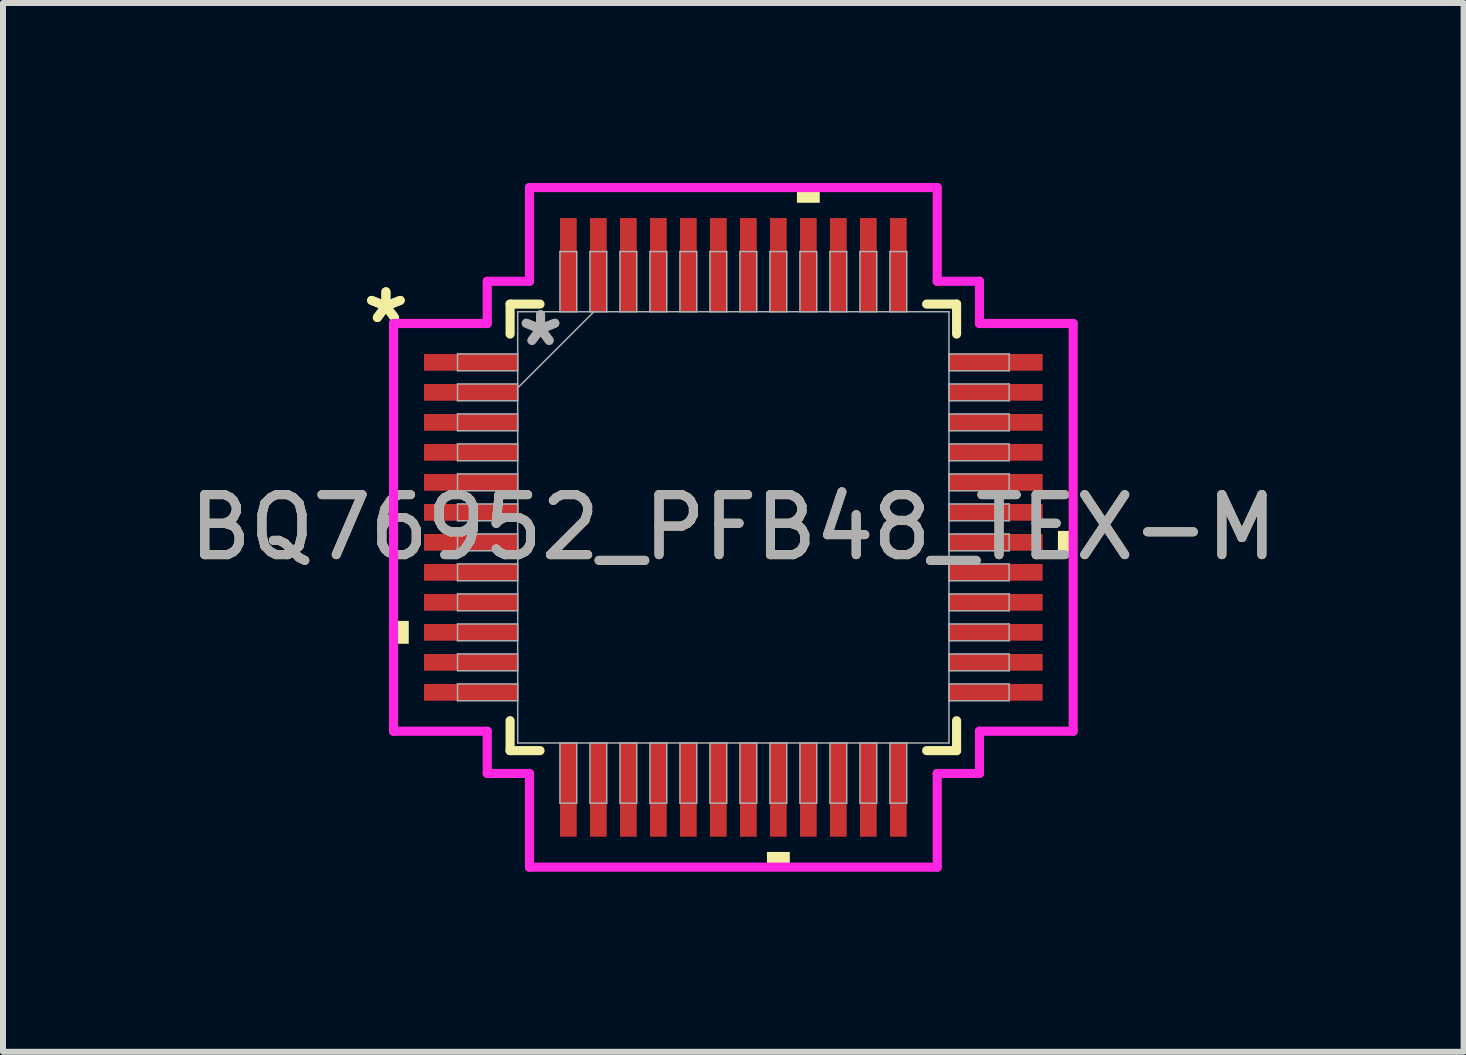
<source format=kicad_pcb>
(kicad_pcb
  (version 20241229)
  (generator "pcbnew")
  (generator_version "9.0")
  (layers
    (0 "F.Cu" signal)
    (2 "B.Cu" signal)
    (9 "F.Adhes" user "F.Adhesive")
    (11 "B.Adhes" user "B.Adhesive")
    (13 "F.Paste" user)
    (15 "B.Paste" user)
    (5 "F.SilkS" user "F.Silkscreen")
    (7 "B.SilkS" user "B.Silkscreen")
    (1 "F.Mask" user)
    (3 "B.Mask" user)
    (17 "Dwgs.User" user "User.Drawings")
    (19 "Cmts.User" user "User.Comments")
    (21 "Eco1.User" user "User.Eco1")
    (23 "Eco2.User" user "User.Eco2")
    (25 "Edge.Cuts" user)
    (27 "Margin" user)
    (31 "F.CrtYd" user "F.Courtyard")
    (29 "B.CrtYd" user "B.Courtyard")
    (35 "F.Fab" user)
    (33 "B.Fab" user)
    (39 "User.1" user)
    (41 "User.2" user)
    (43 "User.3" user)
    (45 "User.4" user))
  (footprint "BQ76952_PFB48_TEX-M"
    (layer "F.Cu")
    (at 9.173 5.74)
    (property "Reference" "BQ76952_PFB48_TEX-M" (at 0 0 0) (unlocked yes) (layer "F.SilkS") (effects (font (size 1 1) (thickness 0.15))))
    (attr smd)
    (fp_line (start -3.721 -3.721) (end -3.721 -3.222) (stroke (width 0.152) (type solid)) (layer "F.SilkS"))
    (fp_line (start -3.721 3.222) (end -3.721 3.721) (stroke (width 0.152) (type solid)) (layer "F.SilkS"))
    (fp_line (start -3.721 3.721) (end -3.222 3.721) (stroke (width 0.152) (type solid)) (layer "F.SilkS"))
    (fp_line (start -3.222 -3.721) (end -3.721 -3.721) (stroke (width 0.152) (type solid)) (layer "F.SilkS"))
    (fp_line (start 3.222 3.721) (end 3.721 3.721) (stroke (width 0.152) (type solid)) (layer "F.SilkS"))
    (fp_line (start 3.721 -3.721) (end 3.222 -3.721) (stroke (width 0.152) (type solid)) (layer "F.SilkS"))
    (fp_line (start 3.721 -3.222) (end 3.721 -3.721) (stroke (width 0.152) (type solid)) (layer "F.SilkS"))
    (fp_line (start 3.721 3.721) (end 3.721 3.222) (stroke (width 0.152) (type solid)) (layer "F.SilkS"))
    (fp_poly (pts (xy -5.664 1.559) (xy -5.664 1.94) (xy -5.41 1.94) (xy -5.41 1.559)) (stroke (width 0) (type solid)) (fill yes) (layer "F.SilkS"))
    (fp_poly (pts (xy 0.56 5.41) (xy 0.56 5.664) (xy 0.941 5.664) (xy 0.941 5.41)) (stroke (width 0) (type solid)) (fill yes) (layer "F.SilkS"))
    (fp_poly (pts (xy 1.06 -5.41) (xy 1.06 -5.664) (xy 1.44 -5.664) (xy 1.44 -5.41)) (stroke (width 0) (type solid)) (fill yes) (layer "F.SilkS"))
    (fp_poly (pts (xy 5.664 0.059) (xy 5.664 0.441) (xy 5.41 0.441) (xy 5.41 0.059)) (stroke (width 0) (type solid)) (fill yes) (layer "F.SilkS"))
    (fp_line (start -5.664 -3.398) (end -4.102 -3.398) (stroke (width 0.152) (type solid)) (layer "F.CrtYd"))
    (fp_line (start -5.664 3.398) (end -5.664 -3.398) (stroke (width 0.152) (type solid)) (layer "F.CrtYd"))
    (fp_line (start -4.102 -4.102) (end -3.398 -4.102) (stroke (width 0.152) (type solid)) (layer "F.CrtYd"))
    (fp_line (start -4.102 -3.398) (end -4.102 -4.102) (stroke (width 0.152) (type solid)) (layer "F.CrtYd"))
    (fp_line (start -4.102 3.398) (end -5.664 3.398) (stroke (width 0.152) (type solid)) (layer "F.CrtYd"))
    (fp_line (start -4.102 4.102) (end -4.102 3.398) (stroke (width 0.152) (type solid)) (layer "F.CrtYd"))
    (fp_line (start -4.102 4.102) (end -3.398 4.102) (stroke (width 0.152) (type solid)) (layer "F.CrtYd"))
    (fp_line (start -3.398 -5.664) (end 3.398 -5.664) (stroke (width 0.152) (type solid)) (layer "F.CrtYd"))
    (fp_line (start -3.398 -4.102) (end -3.398 -5.664) (stroke (width 0.152) (type solid)) (layer "F.CrtYd"))
    (fp_line (start -3.398 4.102) (end -3.398 5.664) (stroke (width 0.152) (type solid)) (layer "F.CrtYd"))
    (fp_line (start -3.398 5.664) (end 3.398 5.664) (stroke (width 0.152) (type solid)) (layer "F.CrtYd"))
    (fp_line (start 3.398 -5.664) (end 3.398 -4.102) (stroke (width 0.152) (type solid)) (layer "F.CrtYd"))
    (fp_line (start 3.398 -4.102) (end 4.102 -4.102) (stroke (width 0.152) (type solid)) (layer "F.CrtYd"))
    (fp_line (start 3.398 4.102) (end 4.102 4.102) (stroke (width 0.152) (type solid)) (layer "F.CrtYd"))
    (fp_line (start 3.398 5.664) (end 3.398 4.102) (stroke (width 0.152) (type solid)) (layer "F.CrtYd"))
    (fp_line (start 4.102 -3.398) (end 4.102 -4.102) (stroke (width 0.152) (type solid)) (layer "F.CrtYd"))
    (fp_line (start 4.102 3.398) (end 5.664 3.398) (stroke (width 0.152) (type solid)) (layer "F.CrtYd"))
    (fp_line (start 4.102 4.102) (end 4.102 3.398) (stroke (width 0.152) (type solid)) (layer "F.CrtYd"))
    (fp_line (start 5.664 -3.398) (end 4.102 -3.398) (stroke (width 0.152) (type solid)) (layer "F.CrtYd"))
    (fp_line (start 5.664 3.398) (end 5.664 -3.398) (stroke (width 0.152) (type solid)) (layer "F.CrtYd"))
    (fp_line (start -4.597 -2.89) (end -4.597 -2.61) (stroke (width 0.025) (type solid)) (layer "F.Fab"))
    (fp_line (start -4.597 -2.61) (end -3.594 -2.61) (stroke (width 0.025) (type solid)) (layer "F.Fab"))
    (fp_line (start -4.597 -2.39) (end -4.597 -2.11) (stroke (width 0.025) (type solid)) (layer "F.Fab"))
    (fp_line (start -4.597 -2.11) (end -3.594 -2.11) (stroke (width 0.025) (type solid)) (layer "F.Fab"))
    (fp_line (start -4.597 -1.89) (end -4.597 -1.61) (stroke (width 0.025) (type solid)) (layer "F.Fab"))
    (fp_line (start -4.597 -1.61) (end -3.594 -1.61) (stroke (width 0.025) (type solid)) (layer "F.Fab"))
    (fp_line (start -4.597 -1.39) (end -4.597 -1.11) (stroke (width 0.025) (type solid)) (layer "F.Fab"))
    (fp_line (start -4.597 -1.11) (end -3.594 -1.11) (stroke (width 0.025) (type solid)) (layer "F.Fab"))
    (fp_line (start -4.597 -0.89) (end -4.597 -0.61) (stroke (width 0.025) (type solid)) (layer "F.Fab"))
    (fp_line (start -4.597 -0.61) (end -3.594 -0.61) (stroke (width 0.025) (type solid)) (layer "F.Fab"))
    (fp_line (start -4.597 -0.39) (end -4.597 -0.11) (stroke (width 0.025) (type solid)) (layer "F.Fab"))
    (fp_line (start -4.597 -0.11) (end -3.594 -0.11) (stroke (width 0.025) (type solid)) (layer "F.Fab"))
    (fp_line (start -4.597 0.11) (end -4.597 0.39) (stroke (width 0.025) (type solid)) (layer "F.Fab"))
    (fp_line (start -4.597 0.39) (end -3.594 0.39) (stroke (width 0.025) (type solid)) (layer "F.Fab"))
    (fp_line (start -4.597 0.61) (end -4.597 0.89) (stroke (width 0.025) (type solid)) (layer "F.Fab"))
    (fp_line (start -4.597 0.89) (end -3.594 0.89) (stroke (width 0.025) (type solid)) (layer "F.Fab"))
    (fp_line (start -4.597 1.11) (end -4.597 1.39) (stroke (width 0.025) (type solid)) (layer "F.Fab"))
    (fp_line (start -4.597 1.39) (end -3.594 1.39) (stroke (width 0.025) (type solid)) (layer "F.Fab"))
    (fp_line (start -4.597 1.61) (end -4.597 1.89) (stroke (width 0.025) (type solid)) (layer "F.Fab"))
    (fp_line (start -4.597 1.89) (end -3.594 1.89) (stroke (width 0.025) (type solid)) (layer "F.Fab"))
    (fp_line (start -4.597 2.11) (end -4.597 2.39) (stroke (width 0.025) (type solid)) (layer "F.Fab"))
    (fp_line (start -4.597 2.39) (end -3.594 2.39) (stroke (width 0.025) (type solid)) (layer "F.Fab"))
    (fp_line (start -4.597 2.61) (end -4.597 2.89) (stroke (width 0.025) (type solid)) (layer "F.Fab"))
    (fp_line (start -4.597 2.89) (end -3.594 2.89) (stroke (width 0.025) (type solid)) (layer "F.Fab"))
    (fp_line (start -3.594 -3.594) (end -3.594 3.594) (stroke (width 0.025) (type solid)) (layer "F.Fab"))
    (fp_line (start -3.594 -2.89) (end -4.597 -2.89) (stroke (width 0.025) (type solid)) (layer "F.Fab"))
    (fp_line (start -3.594 -2.61) (end -3.594 -2.89) (stroke (width 0.025) (type solid)) (layer "F.Fab"))
    (fp_line (start -3.594 -2.39) (end -4.597 -2.39) (stroke (width 0.025) (type solid)) (layer "F.Fab"))
    (fp_line (start -3.594 -2.324) (end -2.324 -3.594) (stroke (width 0.025) (type solid)) (layer "F.Fab"))
    (fp_line (start -3.594 -2.11) (end -3.594 -2.39) (stroke (width 0.025) (type solid)) (layer "F.Fab"))
    (fp_line (start -3.594 -1.89) (end -4.597 -1.89) (stroke (width 0.025) (type solid)) (layer "F.Fab"))
    (fp_line (start -3.594 -1.61) (end -3.594 -1.89) (stroke (width 0.025) (type solid)) (layer "F.Fab"))
    (fp_line (start -3.594 -1.39) (end -4.597 -1.39) (stroke (width 0.025) (type solid)) (layer "F.Fab"))
    (fp_line (start -3.594 -1.11) (end -3.594 -1.39) (stroke (width 0.025) (type solid)) (layer "F.Fab"))
    (fp_line (start -3.594 -0.89) (end -4.597 -0.89) (stroke (width 0.025) (type solid)) (layer "F.Fab"))
    (fp_line (start -3.594 -0.61) (end -3.594 -0.89) (stroke (width 0.025) (type solid)) (layer "F.Fab"))
    (fp_line (start -3.594 -0.39) (end -4.597 -0.39) (stroke (width 0.025) (type solid)) (layer "F.Fab"))
    (fp_line (start -3.594 -0.11) (end -3.594 -0.39) (stroke (width 0.025) (type solid)) (layer "F.Fab"))
    (fp_line (start -3.594 0.11) (end -4.597 0.11) (stroke (width 0.025) (type solid)) (layer "F.Fab"))
    (fp_line (start -3.594 0.39) (end -3.594 0.11) (stroke (width 0.025) (type solid)) (layer "F.Fab"))
    (fp_line (start -3.594 0.61) (end -4.597 0.61) (stroke (width 0.025) (type solid)) (layer "F.Fab"))
    (fp_line (start -3.594 0.89) (end -3.594 0.61) (stroke (width 0.025) (type solid)) (layer "F.Fab"))
    (fp_line (start -3.594 1.11) (end -4.597 1.11) (stroke (width 0.025) (type solid)) (layer "F.Fab"))
    (fp_line (start -3.594 1.39) (end -3.594 1.11) (stroke (width 0.025) (type solid)) (layer "F.Fab"))
    (fp_line (start -3.594 1.61) (end -4.597 1.61) (stroke (width 0.025) (type solid)) (layer "F.Fab"))
    (fp_line (start -3.594 1.89) (end -3.594 1.61) (stroke (width 0.025) (type solid)) (layer "F.Fab"))
    (fp_line (start -3.594 2.11) (end -4.597 2.11) (stroke (width 0.025) (type solid)) (layer "F.Fab"))
    (fp_line (start -3.594 2.39) (end -3.594 2.11) (stroke (width 0.025) (type solid)) (layer "F.Fab"))
    (fp_line (start -3.594 2.61) (end -4.597 2.61) (stroke (width 0.025) (type solid)) (layer "F.Fab"))
    (fp_line (start -3.594 2.89) (end -3.594 2.61) (stroke (width 0.025) (type solid)) (layer "F.Fab"))
    (fp_line (start -3.594 3.594) (end 3.594 3.594) (stroke (width 0.025) (type solid)) (layer "F.Fab"))
    (fp_line (start -2.89 -4.597) (end -2.89 -3.594) (stroke (width 0.025) (type solid)) (layer "F.Fab"))
    (fp_line (start -2.89 -3.594) (end -2.61 -3.594) (stroke (width 0.025) (type solid)) (layer "F.Fab"))
    (fp_line (start -2.89 3.594) (end -2.89 4.597) (stroke (width 0.025) (type solid)) (layer "F.Fab"))
    (fp_line (start -2.89 4.597) (end -2.61 4.597) (stroke (width 0.025) (type solid)) (layer "F.Fab"))
    (fp_line (start -2.61 -4.597) (end -2.89 -4.597) (stroke (width 0.025) (type solid)) (layer "F.Fab"))
    (fp_line (start -2.61 -3.594) (end -2.61 -4.597) (stroke (width 0.025) (type solid)) (layer "F.Fab"))
    (fp_line (start -2.61 3.594) (end -2.89 3.594) (stroke (width 0.025) (type solid)) (layer "F.Fab"))
    (fp_line (start -2.61 4.597) (end -2.61 3.594) (stroke (width 0.025) (type solid)) (layer "F.Fab"))
    (fp_line (start -2.39 -4.597) (end -2.39 -3.594) (stroke (width 0.025) (type solid)) (layer "F.Fab"))
    (fp_line (start -2.39 -3.594) (end -2.11 -3.594) (stroke (width 0.025) (type solid)) (layer "F.Fab"))
    (fp_line (start -2.39 3.594) (end -2.39 4.597) (stroke (width 0.025) (type solid)) (layer "F.Fab"))
    (fp_line (start -2.39 4.597) (end -2.11 4.597) (stroke (width 0.025) (type solid)) (layer "F.Fab"))
    (fp_line (start -2.11 -4.597) (end -2.39 -4.597) (stroke (width 0.025) (type solid)) (layer "F.Fab"))
    (fp_line (start -2.11 -3.594) (end -2.11 -4.597) (stroke (width 0.025) (type solid)) (layer "F.Fab"))
    (fp_line (start -2.11 3.594) (end -2.39 3.594) (stroke (width 0.025) (type solid)) (layer "F.Fab"))
    (fp_line (start -2.11 4.597) (end -2.11 3.594) (stroke (width 0.025) (type solid)) (layer "F.Fab"))
    (fp_line (start -1.89 -4.597) (end -1.89 -3.594) (stroke (width 0.025) (type solid)) (layer "F.Fab"))
    (fp_line (start -1.89 -3.594) (end -1.61 -3.594) (stroke (width 0.025) (type solid)) (layer "F.Fab"))
    (fp_line (start -1.89 3.594) (end -1.89 4.597) (stroke (width 0.025) (type solid)) (layer "F.Fab"))
    (fp_line (start -1.89 4.597) (end -1.61 4.597) (stroke (width 0.025) (type solid)) (layer "F.Fab"))
    (fp_line (start -1.61 -4.597) (end -1.89 -4.597) (stroke (width 0.025) (type solid)) (layer "F.Fab"))
    (fp_line (start -1.61 -3.594) (end -1.61 -4.597) (stroke (width 0.025) (type solid)) (layer "F.Fab"))
    (fp_line (start -1.61 3.594) (end -1.89 3.594) (stroke (width 0.025) (type solid)) (layer "F.Fab"))
    (fp_line (start -1.61 4.597) (end -1.61 3.594) (stroke (width 0.025) (type solid)) (layer "F.Fab"))
    (fp_line (start -1.39 -4.597) (end -1.39 -3.594) (stroke (width 0.025) (type solid)) (layer "F.Fab"))
    (fp_line (start -1.39 -3.594) (end -1.11 -3.594) (stroke (width 0.025) (type solid)) (layer "F.Fab"))
    (fp_line (start -1.39 3.594) (end -1.39 4.597) (stroke (width 0.025) (type solid)) (layer "F.Fab"))
    (fp_line (start -1.39 4.597) (end -1.11 4.597) (stroke (width 0.025) (type solid)) (layer "F.Fab"))
    (fp_line (start -1.11 -4.597) (end -1.39 -4.597) (stroke (width 0.025) (type solid)) (layer "F.Fab"))
    (fp_line (start -1.11 -3.594) (end -1.11 -4.597) (stroke (width 0.025) (type solid)) (layer "F.Fab"))
    (fp_line (start -1.11 3.594) (end -1.39 3.594) (stroke (width 0.025) (type solid)) (layer "F.Fab"))
    (fp_line (start -1.11 4.597) (end -1.11 3.594) (stroke (width 0.025) (type solid)) (layer "F.Fab"))
    (fp_line (start -0.89 -4.597) (end -0.89 -3.594) (stroke (width 0.025) (type solid)) (layer "F.Fab"))
    (fp_line (start -0.89 -3.594) (end -0.61 -3.594) (stroke (width 0.025) (type solid)) (layer "F.Fab"))
    (fp_line (start -0.89 3.594) (end -0.89 4.597) (stroke (width 0.025) (type solid)) (layer "F.Fab"))
    (fp_line (start -0.89 4.597) (end -0.61 4.597) (stroke (width 0.025) (type solid)) (layer "F.Fab"))
    (fp_line (start -0.61 -4.597) (end -0.89 -4.597) (stroke (width 0.025) (type solid)) (layer "F.Fab"))
    (fp_line (start -0.61 -3.594) (end -0.61 -4.597) (stroke (width 0.025) (type solid)) (layer "F.Fab"))
    (fp_line (start -0.61 3.594) (end -0.89 3.594) (stroke (width 0.025) (type solid)) (layer "F.Fab"))
    (fp_line (start -0.61 4.597) (end -0.61 3.594) (stroke (width 0.025) (type solid)) (layer "F.Fab"))
    (fp_line (start -0.39 -4.597) (end -0.39 -3.594) (stroke (width 0.025) (type solid)) (layer "F.Fab"))
    (fp_line (start -0.39 -3.594) (end -0.11 -3.594) (stroke (width 0.025) (type solid)) (layer "F.Fab"))
    (fp_line (start -0.39 3.594) (end -0.39 4.597) (stroke (width 0.025) (type solid)) (layer "F.Fab"))
    (fp_line (start -0.39 4.597) (end -0.11 4.597) (stroke (width 0.025) (type solid)) (layer "F.Fab"))
    (fp_line (start -0.11 -4.597) (end -0.39 -4.597) (stroke (width 0.025) (type solid)) (layer "F.Fab"))
    (fp_line (start -0.11 -3.594) (end -0.11 -4.597) (stroke (width 0.025) (type solid)) (layer "F.Fab"))
    (fp_line (start -0.11 3.594) (end -0.39 3.594) (stroke (width 0.025) (type solid)) (layer "F.Fab"))
    (fp_line (start -0.11 4.597) (end -0.11 3.594) (stroke (width 0.025) (type solid)) (layer "F.Fab"))
    (fp_line (start 0.11 -4.597) (end 0.11 -3.594) (stroke (width 0.025) (type solid)) (layer "F.Fab"))
    (fp_line (start 0.11 -3.594) (end 0.39 -3.594) (stroke (width 0.025) (type solid)) (layer "F.Fab"))
    (fp_line (start 0.11 3.594) (end 0.11 4.597) (stroke (width 0.025) (type solid)) (layer "F.Fab"))
    (fp_line (start 0.11 4.597) (end 0.39 4.597) (stroke (width 0.025) (type solid)) (layer "F.Fab"))
    (fp_line (start 0.39 -4.597) (end 0.11 -4.597) (stroke (width 0.025) (type solid)) (layer "F.Fab"))
    (fp_line (start 0.39 -3.594) (end 0.39 -4.597) (stroke (width 0.025) (type solid)) (layer "F.Fab"))
    (fp_line (start 0.39 3.594) (end 0.11 3.594) (stroke (width 0.025) (type solid)) (layer "F.Fab"))
    (fp_line (start 0.39 4.597) (end 0.39 3.594) (stroke (width 0.025) (type solid)) (layer "F.Fab"))
    (fp_line (start 0.61 -4.597) (end 0.61 -3.594) (stroke (width 0.025) (type solid)) (layer "F.Fab"))
    (fp_line (start 0.61 -3.594) (end 0.89 -3.594) (stroke (width 0.025) (type solid)) (layer "F.Fab"))
    (fp_line (start 0.61 3.594) (end 0.61 4.597) (stroke (width 0.025) (type solid)) (layer "F.Fab"))
    (fp_line (start 0.61 4.597) (end 0.89 4.597) (stroke (width 0.025) (type solid)) (layer "F.Fab"))
    (fp_line (start 0.89 -4.597) (end 0.61 -4.597) (stroke (width 0.025) (type solid)) (layer "F.Fab"))
    (fp_line (start 0.89 -3.594) (end 0.89 -4.597) (stroke (width 0.025) (type solid)) (layer "F.Fab"))
    (fp_line (start 0.89 3.594) (end 0.61 3.594) (stroke (width 0.025) (type solid)) (layer "F.Fab"))
    (fp_line (start 0.89 4.597) (end 0.89 3.594) (stroke (width 0.025) (type solid)) (layer "F.Fab"))
    (fp_line (start 1.11 -4.597) (end 1.11 -3.594) (stroke (width 0.025) (type solid)) (layer "F.Fab"))
    (fp_line (start 1.11 -3.594) (end 1.39 -3.594) (stroke (width 0.025) (type solid)) (layer "F.Fab"))
    (fp_line (start 1.11 3.594) (end 1.11 4.597) (stroke (width 0.025) (type solid)) (layer "F.Fab"))
    (fp_line (start 1.11 4.597) (end 1.39 4.597) (stroke (width 0.025) (type solid)) (layer "F.Fab"))
    (fp_line (start 1.39 -4.597) (end 1.11 -4.597) (stroke (width 0.025) (type solid)) (layer "F.Fab"))
    (fp_line (start 1.39 -3.594) (end 1.39 -4.597) (stroke (width 0.025) (type solid)) (layer "F.Fab"))
    (fp_line (start 1.39 3.594) (end 1.11 3.594) (stroke (width 0.025) (type solid)) (layer "F.Fab"))
    (fp_line (start 1.39 4.597) (end 1.39 3.594) (stroke (width 0.025) (type solid)) (layer "F.Fab"))
    (fp_line (start 1.61 -4.597) (end 1.61 -3.594) (stroke (width 0.025) (type solid)) (layer "F.Fab"))
    (fp_line (start 1.61 -3.594) (end 1.89 -3.594) (stroke (width 0.025) (type solid)) (layer "F.Fab"))
    (fp_line (start 1.61 3.594) (end 1.61 4.597) (stroke (width 0.025) (type solid)) (layer "F.Fab"))
    (fp_line (start 1.61 4.597) (end 1.89 4.597) (stroke (width 0.025) (type solid)) (layer "F.Fab"))
    (fp_line (start 1.89 -4.597) (end 1.61 -4.597) (stroke (width 0.025) (type solid)) (layer "F.Fab"))
    (fp_line (start 1.89 -3.594) (end 1.89 -4.597) (stroke (width 0.025) (type solid)) (layer "F.Fab"))
    (fp_line (start 1.89 3.594) (end 1.61 3.594) (stroke (width 0.025) (type solid)) (layer "F.Fab"))
    (fp_line (start 1.89 4.597) (end 1.89 3.594) (stroke (width 0.025) (type solid)) (layer "F.Fab"))
    (fp_line (start 2.11 -4.597) (end 2.11 -3.594) (stroke (width 0.025) (type solid)) (layer "F.Fab"))
    (fp_line (start 2.11 -3.594) (end 2.39 -3.594) (stroke (width 0.025) (type solid)) (layer "F.Fab"))
    (fp_line (start 2.11 3.594) (end 2.11 4.597) (stroke (width 0.025) (type solid)) (layer "F.Fab"))
    (fp_line (start 2.11 4.597) (end 2.39 4.597) (stroke (width 0.025) (type solid)) (layer "F.Fab"))
    (fp_line (start 2.39 -4.597) (end 2.11 -4.597) (stroke (width 0.025) (type solid)) (layer "F.Fab"))
    (fp_line (start 2.39 -3.594) (end 2.39 -4.597) (stroke (width 0.025) (type solid)) (layer "F.Fab"))
    (fp_line (start 2.39 3.594) (end 2.11 3.594) (stroke (width 0.025) (type solid)) (layer "F.Fab"))
    (fp_line (start 2.39 4.597) (end 2.39 3.594) (stroke (width 0.025) (type solid)) (layer "F.Fab"))
    (fp_line (start 2.61 -4.597) (end 2.61 -3.594) (stroke (width 0.025) (type solid)) (layer "F.Fab"))
    (fp_line (start 2.61 -3.594) (end 2.89 -3.594) (stroke (width 0.025) (type solid)) (layer "F.Fab"))
    (fp_line (start 2.61 3.594) (end 2.61 4.597) (stroke (width 0.025) (type solid)) (layer "F.Fab"))
    (fp_line (start 2.61 4.597) (end 2.89 4.597) (stroke (width 0.025) (type solid)) (layer "F.Fab"))
    (fp_line (start 2.89 -4.597) (end 2.61 -4.597) (stroke (width 0.025) (type solid)) (layer "F.Fab"))
    (fp_line (start 2.89 -3.594) (end 2.89 -4.597) (stroke (width 0.025) (type solid)) (layer "F.Fab"))
    (fp_line (start 2.89 3.594) (end 2.61 3.594) (stroke (width 0.025) (type solid)) (layer "F.Fab"))
    (fp_line (start 2.89 4.597) (end 2.89 3.594) (stroke (width 0.025) (type solid)) (layer "F.Fab"))
    (fp_line (start 3.594 -3.594) (end -3.594 -3.594) (stroke (width 0.025) (type solid)) (layer "F.Fab"))
    (fp_line (start 3.594 -2.89) (end 3.594 -2.61) (stroke (width 0.025) (type solid)) (layer "F.Fab"))
    (fp_line (start 3.594 -2.61) (end 4.597 -2.61) (stroke (width 0.025) (type solid)) (layer "F.Fab"))
    (fp_line (start 3.594 -2.39) (end 3.594 -2.11) (stroke (width 0.025) (type solid)) (layer "F.Fab"))
    (fp_line (start 3.594 -2.11) (end 4.597 -2.11) (stroke (width 0.025) (type solid)) (layer "F.Fab"))
    (fp_line (start 3.594 -1.89) (end 3.594 -1.61) (stroke (width 0.025) (type solid)) (layer "F.Fab"))
    (fp_line (start 3.594 -1.61) (end 4.597 -1.61) (stroke (width 0.025) (type solid)) (layer "F.Fab"))
    (fp_line (start 3.594 -1.39) (end 3.594 -1.11) (stroke (width 0.025) (type solid)) (layer "F.Fab"))
    (fp_line (start 3.594 -1.11) (end 4.597 -1.11) (stroke (width 0.025) (type solid)) (layer "F.Fab"))
    (fp_line (start 3.594 -0.89) (end 3.594 -0.61) (stroke (width 0.025) (type solid)) (layer "F.Fab"))
    (fp_line (start 3.594 -0.61) (end 4.597 -0.61) (stroke (width 0.025) (type solid)) (layer "F.Fab"))
    (fp_line (start 3.594 -0.39) (end 3.594 -0.11) (stroke (width 0.025) (type solid)) (layer "F.Fab"))
    (fp_line (start 3.594 -0.11) (end 4.597 -0.11) (stroke (width 0.025) (type solid)) (layer "F.Fab"))
    (fp_line (start 3.594 0.11) (end 3.594 0.39) (stroke (width 0.025) (type solid)) (layer "F.Fab"))
    (fp_line (start 3.594 0.39) (end 4.597 0.39) (stroke (width 0.025) (type solid)) (layer "F.Fab"))
    (fp_line (start 3.594 0.61) (end 3.594 0.89) (stroke (width 0.025) (type solid)) (layer "F.Fab"))
    (fp_line (start 3.594 0.89) (end 4.597 0.89) (stroke (width 0.025) (type solid)) (layer "F.Fab"))
    (fp_line (start 3.594 1.11) (end 3.594 1.39) (stroke (width 0.025) (type solid)) (layer "F.Fab"))
    (fp_line (start 3.594 1.39) (end 4.597 1.39) (stroke (width 0.025) (type solid)) (layer "F.Fab"))
    (fp_line (start 3.594 1.61) (end 3.594 1.89) (stroke (width 0.025) (type solid)) (layer "F.Fab"))
    (fp_line (start 3.594 1.89) (end 4.597 1.89) (stroke (width 0.025) (type solid)) (layer "F.Fab"))
    (fp_line (start 3.594 2.11) (end 3.594 2.39) (stroke (width 0.025) (type solid)) (layer "F.Fab"))
    (fp_line (start 3.594 2.39) (end 4.597 2.39) (stroke (width 0.025) (type solid)) (layer "F.Fab"))
    (fp_line (start 3.594 2.61) (end 3.594 2.89) (stroke (width 0.025) (type solid)) (layer "F.Fab"))
    (fp_line (start 3.594 2.89) (end 4.597 2.89) (stroke (width 0.025) (type solid)) (layer "F.Fab"))
    (fp_line (start 3.594 3.594) (end 3.594 -3.594) (stroke (width 0.025) (type solid)) (layer "F.Fab"))
    (fp_line (start 4.597 -2.89) (end 3.594 -2.89) (stroke (width 0.025) (type solid)) (layer "F.Fab"))
    (fp_line (start 4.597 -2.61) (end 4.597 -2.89) (stroke (width 0.025) (type solid)) (layer "F.Fab"))
    (fp_line (start 4.597 -2.39) (end 3.594 -2.39) (stroke (width 0.025) (type solid)) (layer "F.Fab"))
    (fp_line (start 4.597 -2.11) (end 4.597 -2.39) (stroke (width 0.025) (type solid)) (layer "F.Fab"))
    (fp_line (start 4.597 -1.89) (end 3.594 -1.89) (stroke (width 0.025) (type solid)) (layer "F.Fab"))
    (fp_line (start 4.597 -1.61) (end 4.597 -1.89) (stroke (width 0.025) (type solid)) (layer "F.Fab"))
    (fp_line (start 4.597 -1.39) (end 3.594 -1.39) (stroke (width 0.025) (type solid)) (layer "F.Fab"))
    (fp_line (start 4.597 -1.11) (end 4.597 -1.39) (stroke (width 0.025) (type solid)) (layer "F.Fab"))
    (fp_line (start 4.597 -0.89) (end 3.594 -0.89) (stroke (width 0.025) (type solid)) (layer "F.Fab"))
    (fp_line (start 4.597 -0.61) (end 4.597 -0.89) (stroke (width 0.025) (type solid)) (layer "F.Fab"))
    (fp_line (start 4.597 -0.39) (end 3.594 -0.39) (stroke (width 0.025) (type solid)) (layer "F.Fab"))
    (fp_line (start 4.597 -0.11) (end 4.597 -0.39) (stroke (width 0.025) (type solid)) (layer "F.Fab"))
    (fp_line (start 4.597 0.11) (end 3.594 0.11) (stroke (width 0.025) (type solid)) (layer "F.Fab"))
    (fp_line (start 4.597 0.39) (end 4.597 0.11) (stroke (width 0.025) (type solid)) (layer "F.Fab"))
    (fp_line (start 4.597 0.61) (end 3.594 0.61) (stroke (width 0.025) (type solid)) (layer "F.Fab"))
    (fp_line (start 4.597 0.89) (end 4.597 0.61) (stroke (width 0.025) (type solid)) (layer "F.Fab"))
    (fp_line (start 4.597 1.11) (end 3.594 1.11) (stroke (width 0.025) (type solid)) (layer "F.Fab"))
    (fp_line (start 4.597 1.39) (end 4.597 1.11) (stroke (width 0.025) (type solid)) (layer "F.Fab"))
    (fp_line (start 4.597 1.61) (end 3.594 1.61) (stroke (width 0.025) (type solid)) (layer "F.Fab"))
    (fp_line (start 4.597 1.89) (end 4.597 1.61) (stroke (width 0.025) (type solid)) (layer "F.Fab"))
    (fp_line (start 4.597 2.11) (end 3.594 2.11) (stroke (width 0.025) (type solid)) (layer "F.Fab"))
    (fp_line (start 4.597 2.39) (end 4.597 2.11) (stroke (width 0.025) (type solid)) (layer "F.Fab"))
    (fp_line (start 4.597 2.61) (end 3.594 2.61) (stroke (width 0.025) (type solid)) (layer "F.Fab"))
    (fp_line (start 4.597 2.89) (end 4.597 2.61) (stroke (width 0.025) (type solid)) (layer "F.Fab"))
    (fp_text user "*" (at -5.791 -3.381 0) (unlocked yes) (layer "F.SilkS") (effects (font (size 1 1) (thickness 0.15))))
    (fp_text user "*" (at -5.791 -3.381 0) (layer "F.SilkS") (effects (font (size 1 1) (thickness 0.15))))
    (fp_text user "*" (at -3.213 -3 0) (layer "F.Fab") (effects (font (size 1 1) (thickness 0.15))))
    (fp_text user "*" (at -3.213 -3 0) (unlocked yes) (layer "F.Fab") (effects (font (size 1 1) (thickness 0.15))))
    (fp_text user "${REFERENCE}" (at 0 0 0) (unlocked yes) (layer "F.Fab") (effects (font (size 1 1) (thickness 0.15))))
    (pad "1" smd rect (at -4.375 -2.75 90) (size 0.279 1.562) (layers "F.Cu" "F.Mask" "F.Paste"))
    (pad "2" smd rect (at -4.375 -2.25 90) (size 0.279 1.562) (layers "F.Cu" "F.Mask" "F.Paste"))
    (pad "3" smd rect (at -4.375 -1.75 90) (size 0.279 1.562) (layers "F.Cu" "F.Mask" "F.Paste"))
    (pad "4" smd rect (at -4.375 -1.25 90) (size 0.279 1.562) (layers "F.Cu" "F.Mask" "F.Paste"))
    (pad "5" smd rect (at -4.375 -0.75 90) (size 0.279 1.562) (layers "F.Cu" "F.Mask" "F.Paste"))
    (pad "6" smd rect (at -4.375 -0.25 90) (size 0.279 1.562) (layers "F.Cu" "F.Mask" "F.Paste"))
    (pad "7" smd rect (at -4.375 0.25 90) (size 0.279 1.562) (layers "F.Cu" "F.Mask" "F.Paste"))
    (pad "8" smd rect (at -4.375 0.75 90) (size 0.279 1.562) (layers "F.Cu" "F.Mask" "F.Paste"))
    (pad "9" smd rect (at -4.375 1.25 90) (size 0.279 1.562) (layers "F.Cu" "F.Mask" "F.Paste"))
    (pad "10" smd rect (at -4.375 1.75 90) (size 0.279 1.562) (layers "F.Cu" "F.Mask" "F.Paste"))
    (pad "11" smd rect (at -4.375 2.25 90) (size 0.279 1.562) (layers "F.Cu" "F.Mask" "F.Paste"))
    (pad "12" smd rect (at -4.375 2.75 90) (size 0.279 1.562) (layers "F.Cu" "F.Mask" "F.Paste"))
    (pad "13" smd rect (at -2.75 4.375) (size 0.279 1.562) (layers "F.Cu" "F.Mask" "F.Paste"))
    (pad "14" smd rect (at -2.25 4.375) (size 0.279 1.562) (layers "F.Cu" "F.Mask" "F.Paste"))
    (pad "15" smd rect (at -1.75 4.375) (size 0.279 1.562) (layers "F.Cu" "F.Mask" "F.Paste"))
    (pad "16" smd rect (at -1.25 4.375) (size 0.279 1.562) (layers "F.Cu" "F.Mask" "F.Paste"))
    (pad "17" smd rect (at -0.75 4.375) (size 0.279 1.562) (layers "F.Cu" "F.Mask" "F.Paste"))
    (pad "18" smd rect (at -0.25 4.375) (size 0.279 1.562) (layers "F.Cu" "F.Mask" "F.Paste"))
    (pad "19" smd rect (at 0.25 4.375) (size 0.279 1.562) (layers "F.Cu" "F.Mask" "F.Paste"))
    (pad "20" smd rect (at 0.75 4.375) (size 0.279 1.562) (layers "F.Cu" "F.Mask" "F.Paste"))
    (pad "21" smd rect (at 1.25 4.375) (size 0.279 1.562) (layers "F.Cu" "F.Mask" "F.Paste"))
    (pad "22" smd rect (at 1.75 4.375) (size 0.279 1.562) (layers "F.Cu" "F.Mask" "F.Paste"))
    (pad "23" smd rect (at 2.25 4.375) (size 0.279 1.562) (layers "F.Cu" "F.Mask" "F.Paste"))
    (pad "24" smd rect (at 2.75 4.375) (size 0.279 1.562) (layers "F.Cu" "F.Mask" "F.Paste"))
    (pad "25" smd rect (at 4.375 2.75 90) (size 0.279 1.562) (layers "F.Cu" "F.Mask" "F.Paste"))
    (pad "26" smd rect (at 4.375 2.25 90) (size 0.279 1.562) (layers "F.Cu" "F.Mask" "F.Paste"))
    (pad "27" smd rect (at 4.375 1.75 90) (size 0.279 1.562) (layers "F.Cu" "F.Mask" "F.Paste"))
    (pad "28" smd rect (at 4.375 1.25 90) (size 0.279 1.562) (layers "F.Cu" "F.Mask" "F.Paste"))
    (pad "29" smd rect (at 4.375 0.75 90) (size 0.279 1.562) (layers "F.Cu" "F.Mask" "F.Paste"))
    (pad "30" smd rect (at 4.375 0.25 90) (size 0.279 1.562) (layers "F.Cu" "F.Mask" "F.Paste"))
    (pad "31" smd rect (at 4.375 -0.25 90) (size 0.279 1.562) (layers "F.Cu" "F.Mask" "F.Paste"))
    (pad "32" smd rect (at 4.375 -0.75 90) (size 0.279 1.562) (layers "F.Cu" "F.Mask" "F.Paste"))
    (pad "33" smd rect (at 4.375 -1.25 90) (size 0.279 1.562) (layers "F.Cu" "F.Mask" "F.Paste"))
    (pad "34" smd rect (at 4.375 -1.75 90) (size 0.279 1.562) (layers "F.Cu" "F.Mask" "F.Paste"))
    (pad "35" smd rect (at 4.375 -2.25 90) (size 0.279 1.562) (layers "F.Cu" "F.Mask" "F.Paste"))
    (pad "36" smd rect (at 4.375 -2.75 90) (size 0.279 1.562) (layers "F.Cu" "F.Mask" "F.Paste"))
    (pad "37" smd rect (at 2.75 -4.375) (size 0.279 1.562) (layers "F.Cu" "F.Mask" "F.Paste"))
    (pad "38" smd rect (at 2.25 -4.375) (size 0.279 1.562) (layers "F.Cu" "F.Mask" "F.Paste"))
    (pad "39" smd rect (at 1.75 -4.375) (size 0.279 1.562) (layers "F.Cu" "F.Mask" "F.Paste"))
    (pad "40" smd rect (at 1.25 -4.375) (size 0.279 1.562) (layers "F.Cu" "F.Mask" "F.Paste"))
    (pad "41" smd rect (at 0.75 -4.375) (size 0.279 1.562) (layers "F.Cu" "F.Mask" "F.Paste"))
    (pad "42" smd rect (at 0.25 -4.375) (size 0.279 1.562) (layers "F.Cu" "F.Mask" "F.Paste"))
    (pad "43" smd rect (at -0.25 -4.375) (size 0.279 1.562) (layers "F.Cu" "F.Mask" "F.Paste"))
    (pad "44" smd rect (at -0.75 -4.375) (size 0.279 1.562) (layers "F.Cu" "F.Mask" "F.Paste"))
    (pad "45" smd rect (at -1.25 -4.375) (size 0.279 1.562) (layers "F.Cu" "F.Mask" "F.Paste"))
    (pad "46" smd rect (at -1.75 -4.375) (size 0.279 1.562) (layers "F.Cu" "F.Mask" "F.Paste"))
    (pad "47" smd rect (at -2.25 -4.375) (size 0.279 1.562) (layers "F.Cu" "F.Mask" "F.Paste"))
    (pad "48" smd rect (at -2.75 -4.375) (size 0.279 1.562) (layers "F.Cu" "F.Mask" "F.Paste")))
  (gr_rect
    (start -3 -3)
    (end 21.345 14.481)
    (stroke (width 0.1) (type default))
    (fill no)
    (layer "Edge.Cuts")))
</source>
